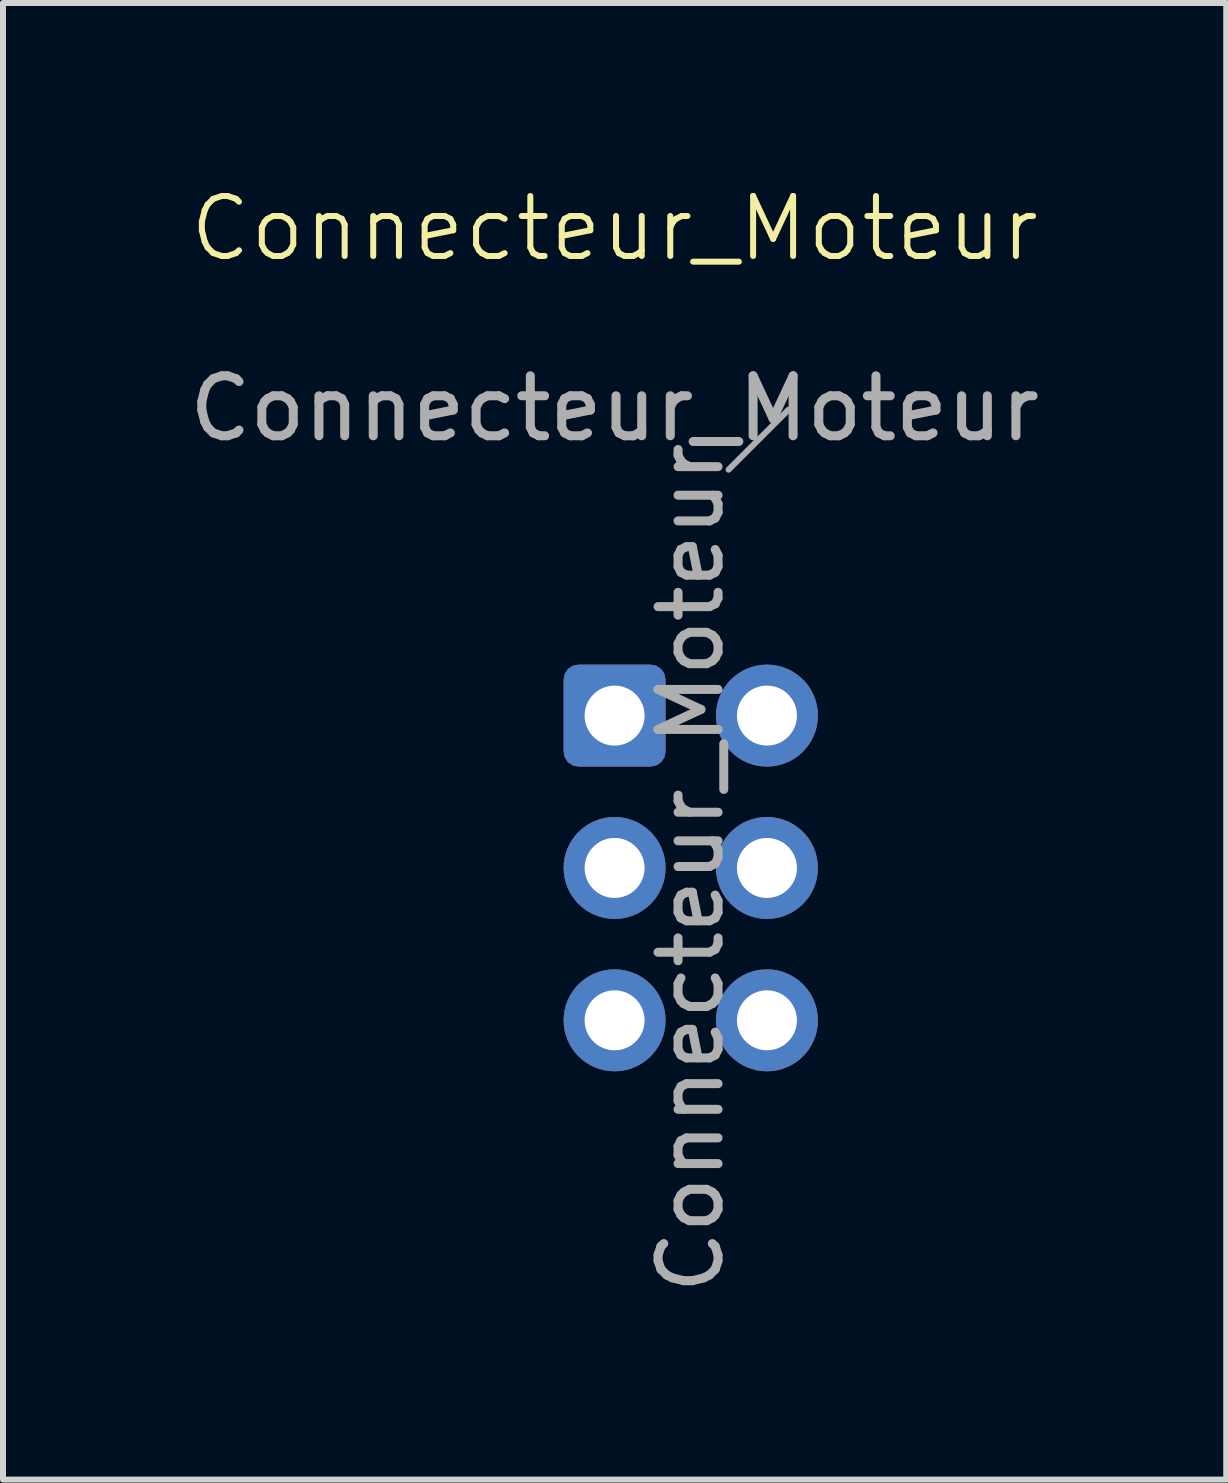
<source format=kicad_pcb>
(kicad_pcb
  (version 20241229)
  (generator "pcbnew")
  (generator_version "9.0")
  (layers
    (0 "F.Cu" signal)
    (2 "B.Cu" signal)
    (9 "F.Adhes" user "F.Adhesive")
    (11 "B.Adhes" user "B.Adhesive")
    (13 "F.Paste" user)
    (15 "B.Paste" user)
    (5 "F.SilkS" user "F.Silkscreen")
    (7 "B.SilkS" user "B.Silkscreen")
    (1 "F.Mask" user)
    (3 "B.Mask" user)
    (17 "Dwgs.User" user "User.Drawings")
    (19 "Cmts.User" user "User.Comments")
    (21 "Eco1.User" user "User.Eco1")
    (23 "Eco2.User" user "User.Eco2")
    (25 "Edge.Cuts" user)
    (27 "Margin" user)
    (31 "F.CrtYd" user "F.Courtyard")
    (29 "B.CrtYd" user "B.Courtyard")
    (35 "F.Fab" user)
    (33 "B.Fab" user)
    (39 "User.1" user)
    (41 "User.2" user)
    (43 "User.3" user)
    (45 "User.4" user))
  (footprint "Connecteur_Moteur"
    (layer "F.Cu")
    (at 7.196 1.26)
    (property "Reference" "Connecteur_Moteur" (at 0 -0.5 0) (unlocked yes) (layer "F.SilkS") (effects (font (size 1 1) (thickness 0.1))))
    (attr smd)
    (fp_line (start 1.9 3.52) (end 2.9 2.52) (stroke (width 0.1) (type solid)) (layer "F.Fab"))
    (fp_text user "${REFERENCE}" (at 0 2.5 0) (unlocked yes) (layer "F.Fab") (effects (font (size 1 1) (thickness 0.15))))
    (fp_text user "${REFERENCE}" (at 1.27 10.16 90) (layer "F.Fab") (effects (font (size 1 1) (thickness 0.15))))
    (pad "1" thru_hole circle (at 2.54 12.7) (size 1.7 1.7) (drill 1) (layers "*.Cu" "*.Mask"))
    (pad "2" thru_hole circle (at 0 12.7) (size 1.7 1.7) (drill 1) (layers "*.Cu" "*.Mask"))
    (pad "3" thru_hole circle (at 2.54 10.16) (size 1.7 1.7) (drill 1) (layers "*.Cu" "*.Mask"))
    (pad "4" thru_hole circle (at 0 10.16) (size 1.7 1.7) (drill 1) (layers "*.Cu" "*.Mask"))
    (pad "5" thru_hole circle (at 2.54 7.62) (size 1.7 1.7) (drill 1) (layers "*.Cu" "*.Mask"))
    (pad "6" thru_hole roundrect (at 0 7.62) (size 1.7 1.7) (drill 1) (layers "*.Cu" "*.Mask") (roundrect_rratio 0.147)))
  (gr_rect
    (start -3 -3)
    (end 17.393 21.617)
    (stroke (width 0.1) (type default))
    (fill no)
    (layer "Edge.Cuts")))
</source>
